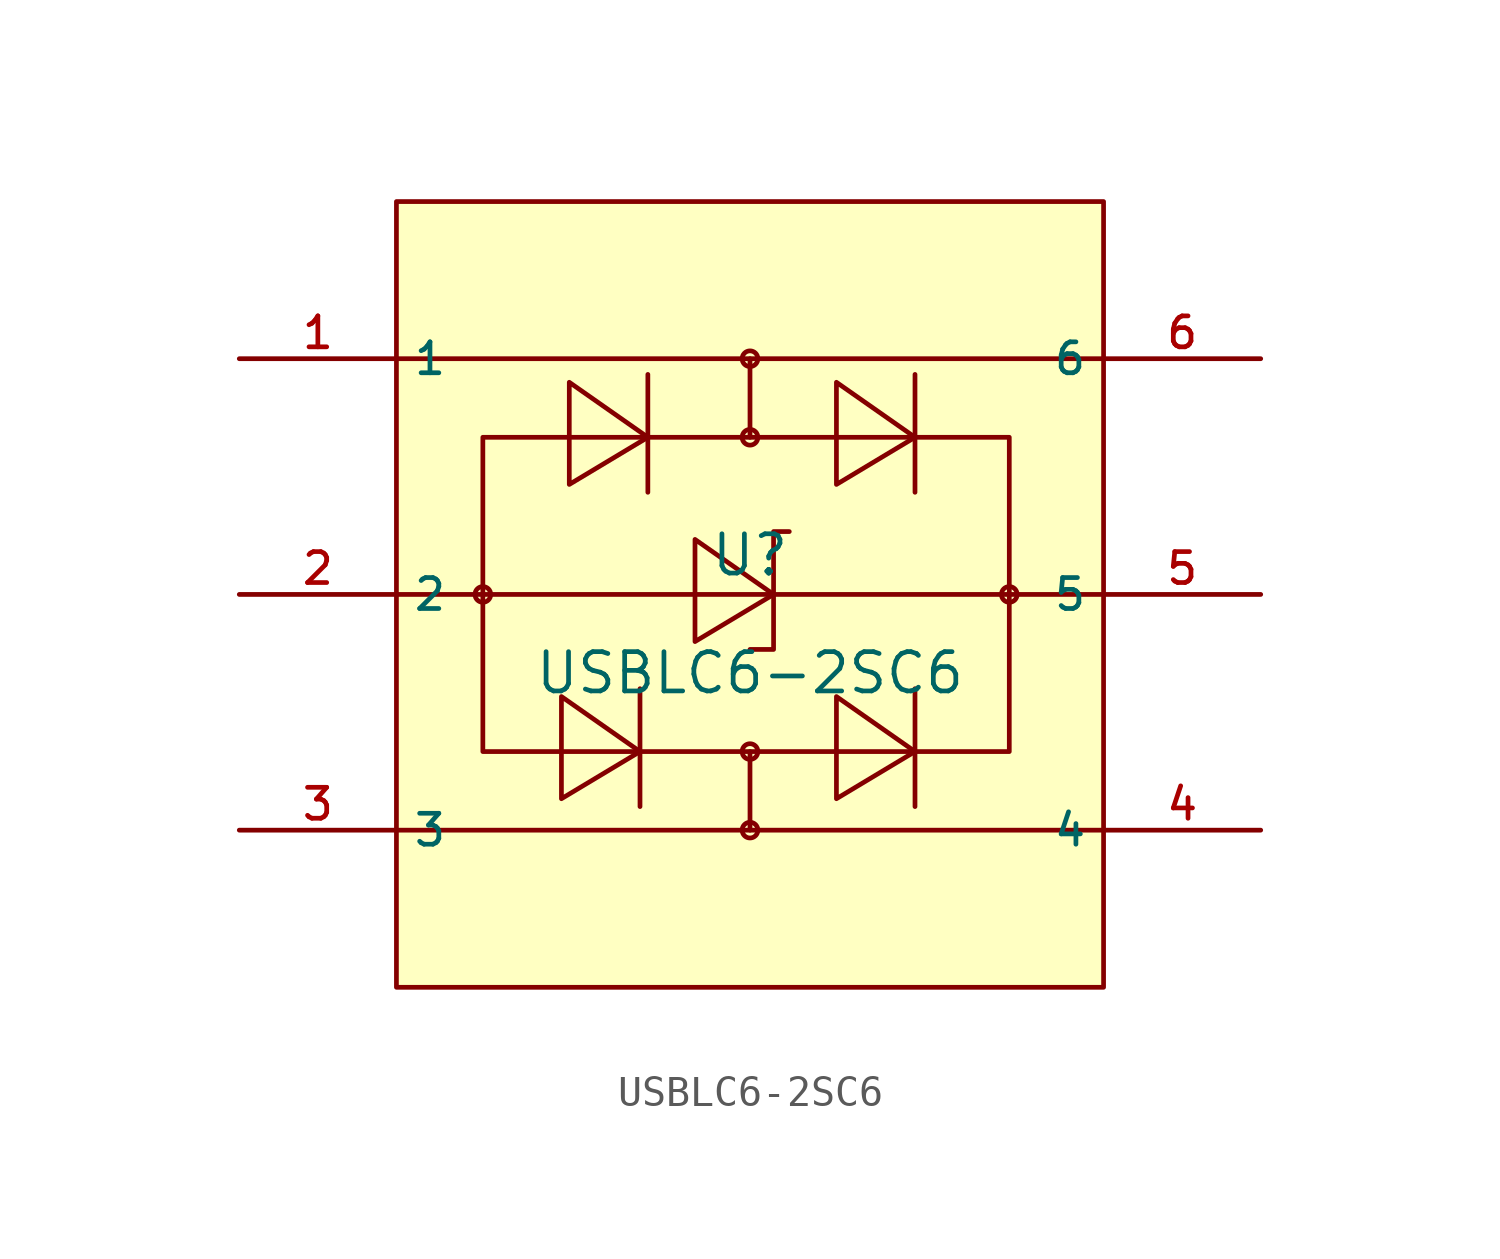
<source format=kicad_sym>
(kicad_symbol_lib
  (version 20210201)
  (generator TousstNicolas/JLC2KiCad_lib)
  (symbol "USBLC6-2SC6"
    (property "Reference" "U"
      (at 0 1.27 0)
      (effects (font (size 1.27 1.27))))
    (property "Value" "USBLC6-2SC6"
      (at 0 -2.54 0)
      (effects (font (size 1.27 1.27))))
    (symbol "USBLC6-2SC6_0_1"
      (rectangle (start -11.43 12.7) (end 11.43 -12.7) (stroke (width 0) (type default) (color 0 0 0 0)) (fill (type background)))
      (pin input line (at -16.51 7.62 0) (length 5.08) (name "1" (effects (font (size 1 1)))) (number "1" (effects (font (size 1 1)))))
      (pin input line (at -16.51 -0.0 0) (length 5.08) (name "2" (effects (font (size 1 1)))) (number "2" (effects (font (size 1 1)))))
      (pin input line (at -16.51 -7.62 0) (length 5.08) (name "3" (effects (font (size 1 1)))) (number "3" (effects (font (size 1 1)))))
      (pin input line (at 16.51 -7.62 180) (length 5.08) (name "4" (effects (font (size 1 1)))) (number "4" (effects (font (size 1 1)))))
      (pin input line (at 16.51 -0.0 180) (length 5.08) (name "5" (effects (font (size 1 1)))) (number "5" (effects (font (size 1 1)))))
      (pin input line (at 16.51 7.62 180) (length 5.08) (name "6" (effects (font (size 1 1)))) (number "6" (effects (font (size 1 1)))))
      (polyline (pts (xy -11.43 7.62) (xy 11.43 7.62)) (stroke (width 0) (type default) (color 0 0 0 0)) (fill (type none)))
      (polyline (pts (xy -11.43 -7.62) (xy 11.43 -7.62)) (stroke (width 0) (type default) (color 0 0 0 0)) (fill (type none)))
      (polyline (pts (xy -11.43 -0.0) (xy 11.43 -0.0)) (stroke (width 0) (type default) (color 0 0 0 0)) (fill (type none)))
      (polyline (pts (xy -1.778 -1.524) (xy 0.762 -0.0) (xy -1.778 1.778) (xy -1.778 -1.524)) (stroke (width 0) (type default) (color 0 0 0 0)) (fill (type background)))
      (polyline (pts (xy 1.27 2.032) (xy 0.762 2.032) (xy 0.762 -1.778) (xy 0.0 -1.778)) (stroke (width 0) (type default) (color 0 0 0 0)) (fill (type none)))
      (polyline (pts (xy -8.636 -0.0) (xy -8.636 5.08) (xy 8.382 5.08) (xy 8.382 -5.08) (xy -8.636 -5.08) (xy -8.636 -0.0)) (stroke (width 0) (type default) (color 0 0 0 0)) (fill (type none)))
      (polyline (pts (xy 0.0 7.62) (xy 0.0 5.08)) (stroke (width 0) (type default) (color 0 0 0 0)) (fill (type none)))
      (polyline (pts (xy 0.0 -7.62) (xy 0.0 -5.08)) (stroke (width 0) (type default) (color 0 0 0 0)) (fill (type none)))
      (polyline (pts (xy -5.842 3.556) (xy -3.302 5.08) (xy -5.842 6.858) (xy -5.842 3.556)) (stroke (width 0) (type default) (color 0 0 0 0)) (fill (type background)))
      (polyline (pts (xy -3.302 7.112) (xy -3.302 7.112) (xy -3.302 3.302) (xy -3.302 3.302)) (stroke (width 0) (type default) (color 0 0 0 0)) (fill (type none)))
      (polyline (pts (xy 2.794 3.556) (xy 5.334 5.08) (xy 2.794 6.858) (xy 2.794 3.556)) (stroke (width 0) (type default) (color 0 0 0 0)) (fill (type background)))
      (polyline (pts (xy 5.334 7.112) (xy 5.334 7.112) (xy 5.334 3.302) (xy 5.334 3.302)) (stroke (width 0) (type default) (color 0 0 0 0)) (fill (type none)))
      (polyline (pts (xy -6.096 -6.604) (xy -3.556 -5.08) (xy -6.096 -3.302) (xy -6.096 -6.604)) (stroke (width 0) (type default) (color 0 0 0 0)) (fill (type background)))
      (polyline (pts (xy -3.556 -3.048) (xy -3.556 -3.048) (xy -3.556 -6.858) (xy -3.556 -6.858)) (stroke (width 0) (type default) (color 0 0 0 0)) (fill (type none)))
      (polyline (pts (xy 2.794 -6.604) (xy 5.334 -5.08) (xy 2.794 -3.302) (xy 2.794 -6.604)) (stroke (width 0) (type default) (color 0 0 0 0)) (fill (type background)))
      (polyline (pts (xy 5.334 -3.048) (xy 5.334 -3.048) (xy 5.334 -6.858) (xy 5.334 -6.858)) (stroke (width 0) (type default) (color 0 0 0 0)) (fill (type none)))
      (circle (center 0.0 7.62) (radius 0.254) (stroke (width 0) (type default) (color 0 0 0 0)) (fill (type background)))
      (circle (center 0.0 5.08) (radius 0.254) (stroke (width 0) (type default) (color 0 0 0 0)) (fill (type background)))
      (circle (center -8.636 -0.0) (radius 0.254) (stroke (width 0) (type default) (color 0 0 0 0)) (fill (type background)))
      (circle (center 8.382 -0.0) (radius 0.254) (stroke (width 0) (type default) (color 0 0 0 0)) (fill (type background)))
      (circle (center 0.0 -5.08) (radius 0.254) (stroke (width 0) (type default) (color 0 0 0 0)) (fill (type background)))
      (circle (center 0.0 -7.62) (radius 0.254) (stroke (width 0) (type default) (color 0 0 0 0)) (fill (type background))))))
</source>
